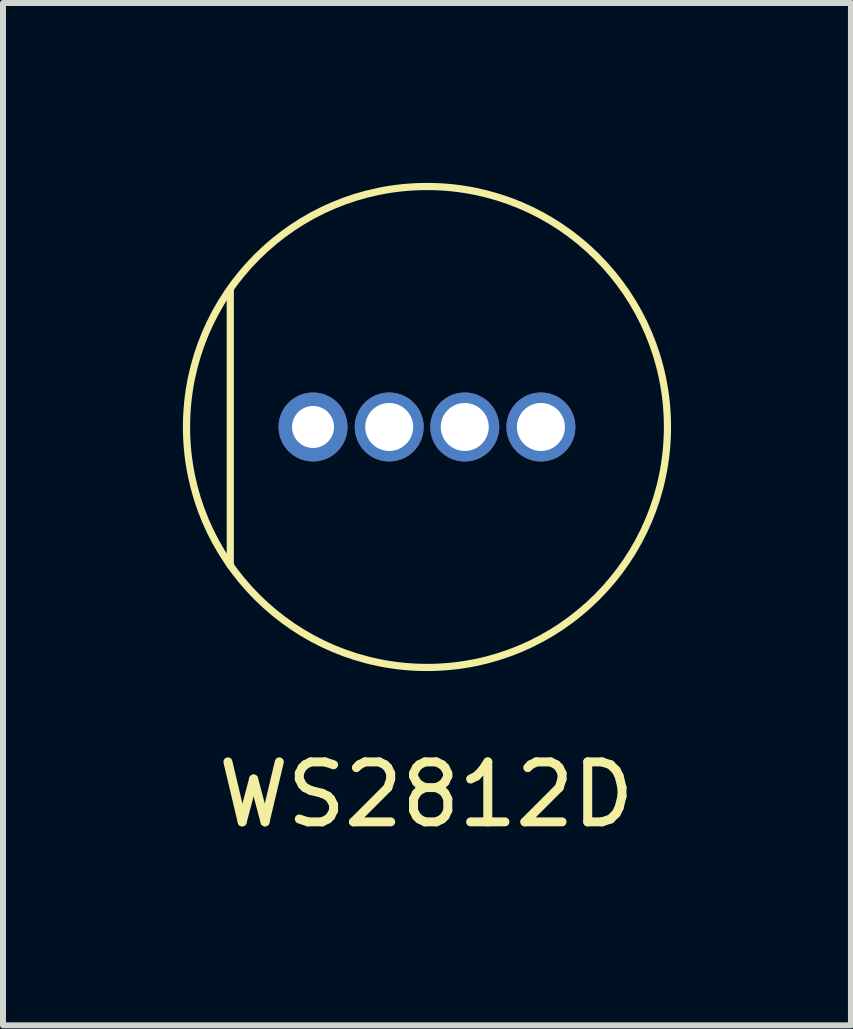
<source format=kicad_pcb>
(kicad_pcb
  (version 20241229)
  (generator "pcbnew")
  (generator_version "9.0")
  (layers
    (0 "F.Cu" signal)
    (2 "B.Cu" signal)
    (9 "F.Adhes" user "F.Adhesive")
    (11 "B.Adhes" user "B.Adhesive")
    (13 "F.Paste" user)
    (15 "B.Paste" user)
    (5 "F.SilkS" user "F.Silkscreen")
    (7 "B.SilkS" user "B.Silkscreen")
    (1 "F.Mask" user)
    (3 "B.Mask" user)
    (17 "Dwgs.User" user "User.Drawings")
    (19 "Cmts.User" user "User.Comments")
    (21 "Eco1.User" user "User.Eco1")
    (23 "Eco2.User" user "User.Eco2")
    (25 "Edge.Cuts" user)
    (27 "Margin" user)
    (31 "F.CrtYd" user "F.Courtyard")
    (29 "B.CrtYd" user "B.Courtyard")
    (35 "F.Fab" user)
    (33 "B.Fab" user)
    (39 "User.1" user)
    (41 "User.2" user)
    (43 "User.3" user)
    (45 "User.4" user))
  (footprint "WS2812D"
    (layer "F.Cu")
    (at 4.07 4.07)
    (property "Reference" "WS2812D" (at -0.01 6.13 0) (layer "F.SilkS") (effects (font (size 1 1) (thickness 0.15))))
    (attr through_hole)
    (fp_line (start -3.28 -2.3) (end -3.28 2.31) (stroke (width 0.12) (type solid)) (layer "F.SilkS"))
    (fp_circle (center 0 0) (end 4.01 0) (stroke (width 0.12) (type solid)) (fill no) (layer "F.SilkS"))
    (pad "1" thru_hole circle (at -1.9 0) (size 1.15 1.15) (drill 0.7) (layers "*.Cu" "*.Mask"))
    (pad "2" thru_hole circle (at -0.63 0) (size 1.15 1.15) (drill 0.8) (layers "*.Cu" "*.Mask"))
    (pad "3" thru_hole circle (at 0.63 0) (size 1.15 1.15) (drill 0.8) (layers "*.Cu" "*.Mask"))
    (pad "4" thru_hole circle (at 1.9 0) (size 1.15 1.15) (drill 0.8) (layers "*.Cu" "*.Mask")))
  (gr_rect
    (start -3 -3)
    (end 11.14 14.048)
    (stroke (width 0.1) (type default))
    (fill no)
    (layer "Edge.Cuts")))
</source>
